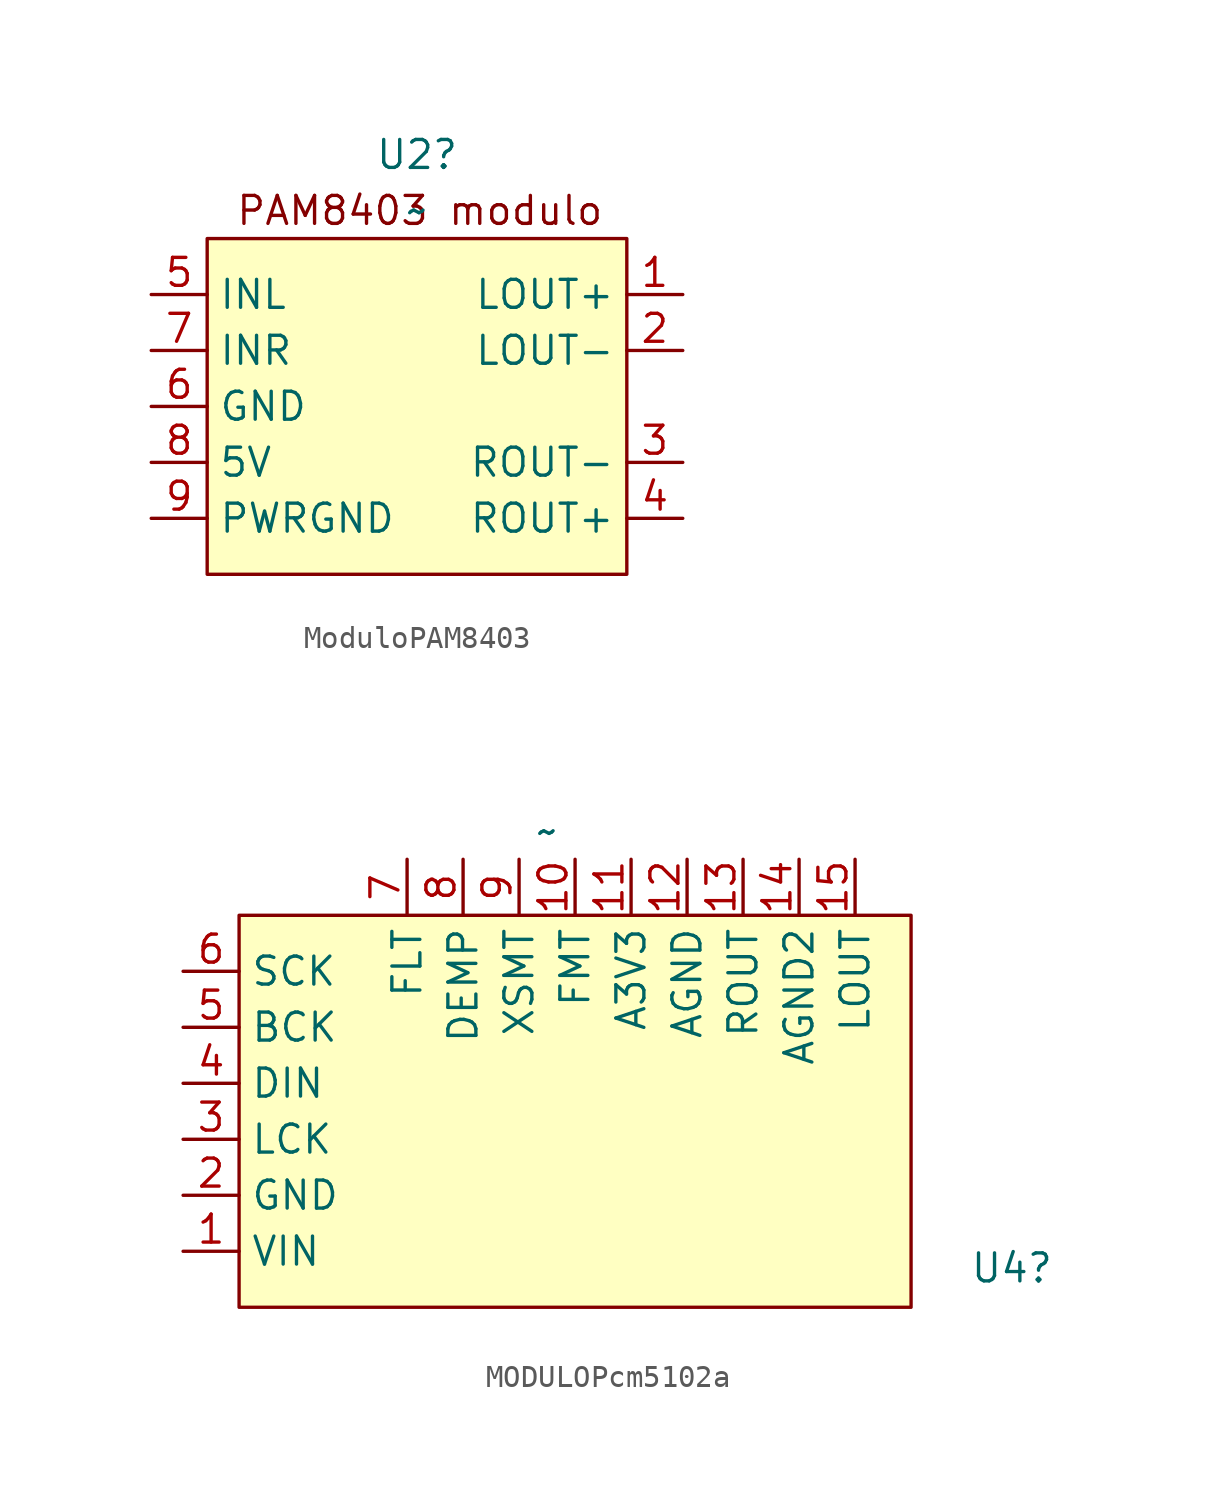
<source format=kicad_sym>
(kicad_symbol_lib
  (version 20241209)
  (generator "kicad_symbol_editor")
  (generator_version "9.0")
  (symbol "ModuloPAM8403"
    (property "Reference" "U2"
      (at 3.175 21.59 0)
      (effects (font (size 1.27 1.27))))
    (property "Value" "~"
      (at 3.175 19.05 0)
      (effects (font (size 1.27 1.27))))
    (symbol "ModuloPAM8403_1_1"
      (rectangle (start -6.35 17.78) (end 12.7 2.54) (stroke (width 0) (type solid)) (fill (type background)))
      (text "PAM8403 modulo\n" (at 3.302 19.05 0) (effects (font (size 1.27 1.27))))
      (pin input line (at -8.89 15.24 0) (length 2.54) (name "INL" (effects (font (size 1.27 1.27)))) (number "5" (effects (font (size 1.27 1.27)))))
      (pin input line (at -8.89 12.7 0) (length 2.54) (name "INR" (effects (font (size 1.27 1.27)))) (number "7" (effects (font (size 1.27 1.27)))))
      (pin passive line (at -8.89 10.16 0) (length 2.54) (name "GND" (effects (font (size 1.27 1.27)))) (number "6" (effects (font (size 1.27 1.27)))))
      (pin power_in line (at -8.89 7.62 0) (length 2.54) (name "5V" (effects (font (size 1.27 1.27)))) (number "8" (effects (font (size 1.27 1.27)))))
      (pin power_in line (at -8.89 5.08 0) (length 2.54) (name "PWRGND" (effects (font (size 1.27 1.27)))) (number "9" (effects (font (size 1.27 1.27)))))
      (pin output line (at 15.24 15.24 180) (length 2.54) (name "LOUT+" (effects (font (size 1.27 1.27)))) (number "1" (effects (font (size 1.27 1.27)))))
      (pin output line (at 15.24 12.7 180) (length 2.54) (name "LOUT-" (effects (font (size 1.27 1.27)))) (number "2" (effects (font (size 1.27 1.27)))))
      (pin output line (at 15.24 7.62 180) (length 2.54) (name "ROUT-" (effects (font (size 1.27 1.27)))) (number "3" (effects (font (size 1.27 1.27)))))
      (pin output line (at 15.24 5.08 180) (length 2.54) (name "ROUT+" (effects (font (size 1.27 1.27)))) (number "4" (effects (font (size 1.27 1.27)))))))
  (symbol "MODULOPcm5102a"
    (property "Reference" "U4"
      (at 37.592 3.048 0)
      (effects (font (size 1.27 1.27))))
    (property "Value" "~"
      (at 16.51 22.86 0)
      (effects (font (size 1.27 1.27))))
    (symbol "MODULOPcm5102a_1_1"
      (rectangle (start 2.54 19.05) (end 33.02 1.27) (stroke (width 0) (type solid)) (fill (type background)))
      (pin input line (at 0 16.51 0) (length 2.54) (name "SCK" (effects (font (size 1.27 1.27)))) (number "6" (effects (font (size 1.27 1.27)))))
      (pin input line (at 0 13.97 0) (length 2.54) (name "BCK" (effects (font (size 1.27 1.27)))) (number "5" (effects (font (size 1.27 1.27)))))
      (pin input line (at 0 11.43 0) (length 2.54) (name "DIN" (effects (font (size 1.27 1.27)))) (number "4" (effects (font (size 1.27 1.27)))))
      (pin input line (at 0 8.89 0) (length 2.54) (name "LCK" (effects (font (size 1.27 1.27)))) (number "3" (effects (font (size 1.27 1.27)))))
      (pin power_in line (at 0 6.35 0) (length 2.54) (name "GND" (effects (font (size 1.27 1.27)))) (number "2" (effects (font (size 1.27 1.27)))))
      (pin power_in line (at 0 3.81 0) (length 2.54) (name "VIN" (effects (font (size 1.27 1.27)))) (number "1" (effects (font (size 1.27 1.27)))))
      (pin passive line (at 10.16 21.59 270) (length 2.54) (name "FLT" (effects (font (size 1.27 1.27)))) (number "7" (effects (font (size 1.27 1.27)))))
      (pin passive line (at 12.7 21.59 270) (length 2.54) (name "DEMP" (effects (font (size 1.27 1.27)))) (number "8" (effects (font (size 1.27 1.27)))))
      (pin passive line (at 15.24 21.59 270) (length 2.54) (name "XSMT" (effects (font (size 1.27 1.27)))) (number "9" (effects (font (size 1.27 1.27)))))
      (pin passive line (at 17.78 21.59 270) (length 2.54) (name "FMT" (effects (font (size 1.27 1.27)))) (number "10" (effects (font (size 1.27 1.27)))))
      (pin passive line (at 20.32 21.59 270) (length 2.54) (name "A3V3" (effects (font (size 1.27 1.27)))) (number "11" (effects (font (size 1.27 1.27)))))
      (pin passive line (at 22.86 21.59 270) (length 2.54) (name "AGND" (effects (font (size 1.27 1.27)))) (number "12" (effects (font (size 1.27 1.27)))))
      (pin passive line (at 25.4 21.59 270) (length 2.54) (name "ROUT" (effects (font (size 1.27 1.27)))) (number "13" (effects (font (size 1.27 1.27)))))
      (pin passive line (at 27.94 21.59 270) (length 2.54) (name "AGND2" (effects (font (size 1.27 1.27)))) (number "14" (effects (font (size 1.27 1.27)))))
      (pin passive line (at 30.48 21.59 270) (length 2.54) (name "LOUT" (effects (font (size 1.27 1.27)))) (number "15" (effects (font (size 1.27 1.27))))))))
</source>
